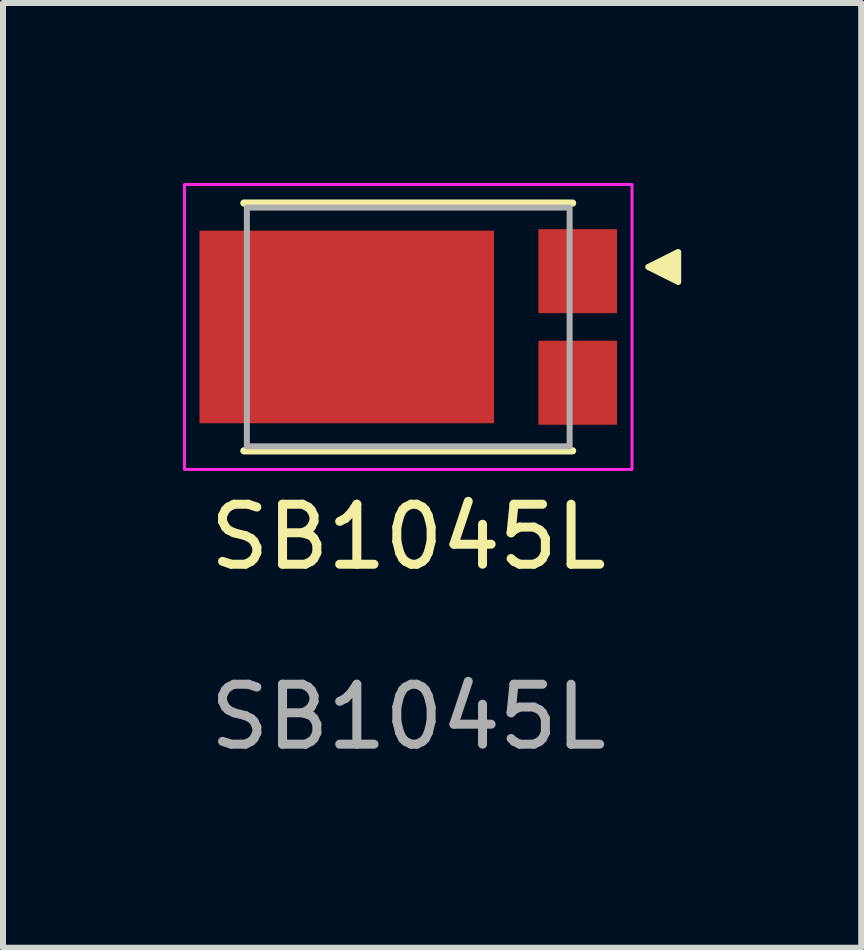
<source format=kicad_pcb>
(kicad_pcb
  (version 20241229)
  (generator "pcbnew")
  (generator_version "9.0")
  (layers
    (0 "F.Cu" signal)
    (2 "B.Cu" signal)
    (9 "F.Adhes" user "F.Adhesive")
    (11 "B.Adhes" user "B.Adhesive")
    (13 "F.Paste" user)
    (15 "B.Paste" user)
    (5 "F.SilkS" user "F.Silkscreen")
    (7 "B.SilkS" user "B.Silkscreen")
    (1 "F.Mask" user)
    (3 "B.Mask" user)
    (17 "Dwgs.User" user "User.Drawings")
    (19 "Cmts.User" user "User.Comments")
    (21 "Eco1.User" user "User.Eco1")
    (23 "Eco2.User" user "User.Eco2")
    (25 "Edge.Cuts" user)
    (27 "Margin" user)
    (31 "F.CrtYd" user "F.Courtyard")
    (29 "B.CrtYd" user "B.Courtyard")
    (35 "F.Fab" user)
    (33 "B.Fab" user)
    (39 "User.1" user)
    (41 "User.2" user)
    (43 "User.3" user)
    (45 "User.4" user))
  (footprint "SB1045L"
    (layer "F.Cu")
    (at 3.755 2.4)
    (property "Reference" "SB1045L" (at 0 3.5 0) (unlocked yes) (layer "F.SilkS") (effects (font (size 1 1) (thickness 0.15))))
    (attr smd)
    (fp_line (start -2.74 -2.065) (end 2.74 -2.065) (stroke (width 0.12) (type default)) (layer "F.SilkS"))
    (fp_line (start 2.74 2.065) (end -2.74 2.065) (stroke (width 0.12) (type default)) (layer "F.SilkS"))
    (fp_poly (pts (xy 4 -1) (xy 4.5 -1.25) (xy 4.5 -0.75)) (stroke (width 0.1) (type solid)) (fill yes) (layer "F.SilkS"))
    (fp_rect (start -3.73 -2.375) (end 3.73 2.375) (stroke (width 0.05) (type default)) (fill no) (layer "F.CrtYd"))
    (fp_rect (start -2.69 -1.99) (end 2.69 1.99) (stroke (width 0.1) (type solid)) (fill no) (layer "F.Fab"))
    (fp_text user "${REFERENCE}" (at 0 6.5 0) (unlocked yes) (layer "F.Fab") (effects (font (size 1 1) (thickness 0.15))))
    (pad "1" smd rect (at 2.825 -0.93) (size 1.31 1.4) (layers "F.Cu" "F.Mask" "F.Paste"))
    (pad "2" smd rect (at -1.025 0) (size 4.91 3.21) (layers "F.Cu" "F.Mask" "F.Paste"))
    (pad "3" smd rect (at 2.825 0.93) (size 1.31 1.4) (layers "F.Cu" "F.Mask" "F.Paste")))
  (gr_rect
    (start -3 -3)
    (end 11.305 12.748)
    (stroke (width 0.1) (type default))
    (fill no)
    (layer "Edge.Cuts")))
</source>
